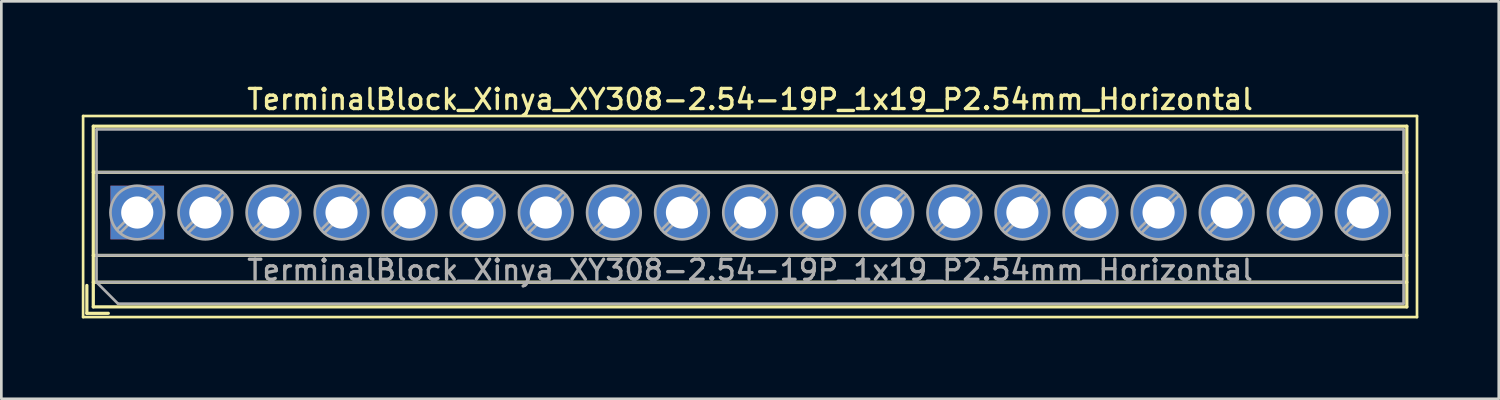
<source format=kicad_pcb>
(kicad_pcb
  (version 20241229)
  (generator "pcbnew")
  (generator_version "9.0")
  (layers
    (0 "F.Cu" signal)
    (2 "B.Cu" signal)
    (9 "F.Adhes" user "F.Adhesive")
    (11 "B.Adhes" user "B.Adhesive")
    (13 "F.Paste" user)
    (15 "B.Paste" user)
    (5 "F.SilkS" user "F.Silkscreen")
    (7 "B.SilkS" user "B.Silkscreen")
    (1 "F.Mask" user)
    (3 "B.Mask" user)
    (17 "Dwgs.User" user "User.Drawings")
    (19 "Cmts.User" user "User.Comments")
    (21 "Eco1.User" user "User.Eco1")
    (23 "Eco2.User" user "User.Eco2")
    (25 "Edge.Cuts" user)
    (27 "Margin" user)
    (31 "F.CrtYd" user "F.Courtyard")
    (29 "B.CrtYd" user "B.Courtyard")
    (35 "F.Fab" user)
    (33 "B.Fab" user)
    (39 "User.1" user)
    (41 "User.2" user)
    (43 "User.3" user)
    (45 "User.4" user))
  (footprint "TerminalBlock_Xinya_XY308-2.54-19P_1x19_P2.54mm_Horizontal"
    (layer "F.Cu")
    (at 2.07 4.878)
    (property "Reference" "TerminalBlock_Xinya_XY308-2.54-19P_1x19_P2.54mm_Horizontal" (at 22.86 -4.22 0) (layer "F.SilkS") (effects (font (size 0.75 0.75) (thickness 0.125))))
    (attr through_hole)
    (fp_line (start -2.02 -3.6) (end -2.02 3.9) (stroke (width 0.1) (type solid)) (layer "F.SilkS"))
    (fp_line (start -2.02 3.9) (end 47.74 3.9) (stroke (width 0.1) (type solid)) (layer "F.SilkS"))
    (fp_line (start -1.88 2.72) (end -1.88 3.76) (stroke (width 0.12) (type solid)) (layer "F.SilkS"))
    (fp_line (start -1.88 3.76) (end -1.08 3.76) (stroke (width 0.12) (type solid)) (layer "F.SilkS"))
    (fp_line (start -1.64 -3.22) (end -1.64 3.52) (stroke (width 0.12) (type solid)) (layer "F.SilkS"))
    (fp_line (start -1.64 -3.22) (end 47.36 -3.22) (stroke (width 0.12) (type solid)) (layer "F.SilkS"))
    (fp_line (start -1.64 -1.501) (end 47.36 -1.501) (stroke (width 0.12) (type solid)) (layer "F.SilkS"))
    (fp_line (start -1.64 1.6) (end 47.36 1.6) (stroke (width 0.12) (type solid)) (layer "F.SilkS"))
    (fp_line (start -1.64 2.6) (end 47.36 2.6) (stroke (width 0.12) (type solid)) (layer "F.SilkS"))
    (fp_line (start -1.64 3.52) (end 47.36 3.52) (stroke (width 0.12) (type solid)) (layer "F.SilkS"))
    (fp_line (start 47.36 -3.22) (end 47.36 3.52) (stroke (width 0.12) (type solid)) (layer "F.SilkS"))
    (fp_line (start 47.74 -3.6) (end -2.02 -3.6) (stroke (width 0.1) (type solid)) (layer "F.SilkS"))
    (fp_line (start 47.74 3.9) (end 47.74 -3.6) (stroke (width 0.1) (type solid)) (layer "F.SilkS"))
    (fp_line (start -1.52 -3.1) (end 47.24 -3.1) (stroke (width 0.1) (type solid)) (layer "F.Fab"))
    (fp_line (start -1.52 -1.5) (end 47.24 -1.5) (stroke (width 0.1) (type solid)) (layer "F.Fab"))
    (fp_line (start -1.52 1.6) (end 47.24 1.6) (stroke (width 0.1) (type solid)) (layer "F.Fab"))
    (fp_line (start -1.52 2.6) (end -1.52 -3.1) (stroke (width 0.1) (type solid)) (layer "F.Fab"))
    (fp_line (start -1.52 2.6) (end 47.24 2.6) (stroke (width 0.1) (type solid)) (layer "F.Fab"))
    (fp_line (start -0.72 3.4) (end -1.52 2.6) (stroke (width 0.1) (type solid)) (layer "F.Fab"))
    (fp_line (start 0.637 -0.759) (end -0.759 0.637) (stroke (width 0.1) (type solid)) (layer "F.Fab"))
    (fp_line (start 0.759 -0.637) (end -0.637 0.759) (stroke (width 0.1) (type solid)) (layer "F.Fab"))
    (fp_line (start 3.177 -0.759) (end 1.782 0.637) (stroke (width 0.1) (type solid)) (layer "F.Fab"))
    (fp_line (start 3.299 -0.637) (end 1.904 0.759) (stroke (width 0.1) (type solid)) (layer "F.Fab"))
    (fp_line (start 5.717 -0.759) (end 4.322 0.637) (stroke (width 0.1) (type solid)) (layer "F.Fab"))
    (fp_line (start 5.839 -0.637) (end 4.444 0.759) (stroke (width 0.1) (type solid)) (layer "F.Fab"))
    (fp_line (start 8.257 -0.759) (end 6.862 0.637) (stroke (width 0.1) (type solid)) (layer "F.Fab"))
    (fp_line (start 8.379 -0.637) (end 6.984 0.759) (stroke (width 0.1) (type solid)) (layer "F.Fab"))
    (fp_line (start 10.797 -0.759) (end 9.402 0.637) (stroke (width 0.1) (type solid)) (layer "F.Fab"))
    (fp_line (start 10.919 -0.637) (end 9.524 0.759) (stroke (width 0.1) (type solid)) (layer "F.Fab"))
    (fp_line (start 13.337 -0.759) (end 11.942 0.637) (stroke (width 0.1) (type solid)) (layer "F.Fab"))
    (fp_line (start 13.459 -0.637) (end 12.064 0.759) (stroke (width 0.1) (type solid)) (layer "F.Fab"))
    (fp_line (start 15.877 -0.759) (end 14.482 0.637) (stroke (width 0.1) (type solid)) (layer "F.Fab"))
    (fp_line (start 15.999 -0.637) (end 14.604 0.759) (stroke (width 0.1) (type solid)) (layer "F.Fab"))
    (fp_line (start 18.417 -0.759) (end 17.022 0.637) (stroke (width 0.1) (type solid)) (layer "F.Fab"))
    (fp_line (start 18.539 -0.637) (end 17.144 0.759) (stroke (width 0.1) (type solid)) (layer "F.Fab"))
    (fp_line (start 20.957 -0.759) (end 19.562 0.637) (stroke (width 0.1) (type solid)) (layer "F.Fab"))
    (fp_line (start 21.079 -0.637) (end 19.684 0.759) (stroke (width 0.1) (type solid)) (layer "F.Fab"))
    (fp_line (start 23.497 -0.759) (end 22.102 0.637) (stroke (width 0.1) (type solid)) (layer "F.Fab"))
    (fp_line (start 23.619 -0.637) (end 22.224 0.759) (stroke (width 0.1) (type solid)) (layer "F.Fab"))
    (fp_line (start 26.037 -0.759) (end 24.642 0.637) (stroke (width 0.1) (type solid)) (layer "F.Fab"))
    (fp_line (start 26.159 -0.637) (end 24.764 0.759) (stroke (width 0.1) (type solid)) (layer "F.Fab"))
    (fp_line (start 28.577 -0.759) (end 27.182 0.637) (stroke (width 0.1) (type solid)) (layer "F.Fab"))
    (fp_line (start 28.699 -0.637) (end 27.304 0.759) (stroke (width 0.1) (type solid)) (layer "F.Fab"))
    (fp_line (start 31.117 -0.759) (end 29.722 0.637) (stroke (width 0.1) (type solid)) (layer "F.Fab"))
    (fp_line (start 31.239 -0.637) (end 29.844 0.759) (stroke (width 0.1) (type solid)) (layer "F.Fab"))
    (fp_line (start 33.657 -0.759) (end 32.262 0.637) (stroke (width 0.1) (type solid)) (layer "F.Fab"))
    (fp_line (start 33.779 -0.637) (end 32.384 0.759) (stroke (width 0.1) (type solid)) (layer "F.Fab"))
    (fp_line (start 36.197 -0.759) (end 34.802 0.637) (stroke (width 0.1) (type solid)) (layer "F.Fab"))
    (fp_line (start 36.319 -0.637) (end 34.924 0.759) (stroke (width 0.1) (type solid)) (layer "F.Fab"))
    (fp_line (start 38.737 -0.759) (end 37.342 0.637) (stroke (width 0.1) (type solid)) (layer "F.Fab"))
    (fp_line (start 38.859 -0.637) (end 37.464 0.759) (stroke (width 0.1) (type solid)) (layer "F.Fab"))
    (fp_line (start 41.277 -0.759) (end 39.882 0.637) (stroke (width 0.1) (type solid)) (layer "F.Fab"))
    (fp_line (start 41.399 -0.637) (end 40.004 0.759) (stroke (width 0.1) (type solid)) (layer "F.Fab"))
    (fp_line (start 43.817 -0.759) (end 42.422 0.637) (stroke (width 0.1) (type solid)) (layer "F.Fab"))
    (fp_line (start 43.939 -0.637) (end 42.544 0.759) (stroke (width 0.1) (type solid)) (layer "F.Fab"))
    (fp_line (start 46.357 -0.759) (end 44.962 0.637) (stroke (width 0.1) (type solid)) (layer "F.Fab"))
    (fp_line (start 46.479 -0.637) (end 45.084 0.759) (stroke (width 0.1) (type solid)) (layer "F.Fab"))
    (fp_line (start 47.24 -3.1) (end 47.24 3.4) (stroke (width 0.1) (type solid)) (layer "F.Fab"))
    (fp_line (start 47.24 3.4) (end -0.72 3.4) (stroke (width 0.1) (type solid)) (layer "F.Fab"))
    (fp_circle (center 0 0) (end 1 0) (stroke (width 0.1) (type solid)) (fill no) (layer "F.Fab"))
    (fp_circle (center 2.54 0) (end 3.54 0) (stroke (width 0.1) (type solid)) (fill no) (layer "F.Fab"))
    (fp_circle (center 5.08 0) (end 6.08 0) (stroke (width 0.1) (type solid)) (fill no) (layer "F.Fab"))
    (fp_circle (center 7.62 0) (end 8.62 0) (stroke (width 0.1) (type solid)) (fill no) (layer "F.Fab"))
    (fp_circle (center 10.16 0) (end 11.16 0) (stroke (width 0.1) (type solid)) (fill no) (layer "F.Fab"))
    (fp_circle (center 12.7 0) (end 13.7 0) (stroke (width 0.1) (type solid)) (fill no) (layer "F.Fab"))
    (fp_circle (center 15.24 0) (end 16.24 0) (stroke (width 0.1) (type solid)) (fill no) (layer "F.Fab"))
    (fp_circle (center 17.78 0) (end 18.78 0) (stroke (width 0.1) (type solid)) (fill no) (layer "F.Fab"))
    (fp_circle (center 20.32 0) (end 21.32 0) (stroke (width 0.1) (type solid)) (fill no) (layer "F.Fab"))
    (fp_circle (center 22.86 0) (end 23.86 0) (stroke (width 0.1) (type solid)) (fill no) (layer "F.Fab"))
    (fp_circle (center 25.4 0) (end 26.4 0) (stroke (width 0.1) (type solid)) (fill no) (layer "F.Fab"))
    (fp_circle (center 27.94 0) (end 28.94 0) (stroke (width 0.1) (type solid)) (fill no) (layer "F.Fab"))
    (fp_circle (center 30.48 0) (end 31.48 0) (stroke (width 0.1) (type solid)) (fill no) (layer "F.Fab"))
    (fp_circle (center 33.02 0) (end 34.02 0) (stroke (width 0.1) (type solid)) (fill no) (layer "F.Fab"))
    (fp_circle (center 35.56 0) (end 36.56 0) (stroke (width 0.1) (type solid)) (fill no) (layer "F.Fab"))
    (fp_circle (center 38.1 0) (end 39.1 0) (stroke (width 0.1) (type solid)) (fill no) (layer "F.Fab"))
    (fp_circle (center 40.64 0) (end 41.64 0) (stroke (width 0.1) (type solid)) (fill no) (layer "F.Fab"))
    (fp_circle (center 43.18 0) (end 44.18 0) (stroke (width 0.1) (type solid)) (fill no) (layer "F.Fab"))
    (fp_circle (center 45.72 0) (end 46.72 0) (stroke (width 0.1) (type solid)) (fill no) (layer "F.Fab"))
    (fp_text user "${REFERENCE}" (at 22.86 2.15 0) (layer "F.Fab") (effects (font (size 0.75 0.75) (thickness 0.125))))
    (pad "1" thru_hole rect (at 0 0) (size 2 2) (drill 1.2) (layers "*.Cu" "*.Mask"))
    (pad "2" thru_hole circle (at 2.54 0) (size 2 2) (drill 1.2) (layers "*.Cu" "*.Mask"))
    (pad "3" thru_hole circle (at 5.08 0) (size 2 2) (drill 1.2) (layers "*.Cu" "*.Mask"))
    (pad "4" thru_hole circle (at 7.62 0) (size 2 2) (drill 1.2) (layers "*.Cu" "*.Mask"))
    (pad "5" thru_hole circle (at 10.16 0) (size 2 2) (drill 1.2) (layers "*.Cu" "*.Mask"))
    (pad "6" thru_hole circle (at 12.7 0) (size 2 2) (drill 1.2) (layers "*.Cu" "*.Mask"))
    (pad "7" thru_hole circle (at 15.24 0) (size 2 2) (drill 1.2) (layers "*.Cu" "*.Mask"))
    (pad "8" thru_hole circle (at 17.78 0) (size 2 2) (drill 1.2) (layers "*.Cu" "*.Mask"))
    (pad "9" thru_hole circle (at 20.32 0) (size 2 2) (drill 1.2) (layers "*.Cu" "*.Mask"))
    (pad "10" thru_hole circle (at 22.86 0) (size 2 2) (drill 1.2) (layers "*.Cu" "*.Mask"))
    (pad "11" thru_hole circle (at 25.4 0) (size 2 2) (drill 1.2) (layers "*.Cu" "*.Mask"))
    (pad "12" thru_hole circle (at 27.94 0) (size 2 2) (drill 1.2) (layers "*.Cu" "*.Mask"))
    (pad "13" thru_hole circle (at 30.48 0) (size 2 2) (drill 1.2) (layers "*.Cu" "*.Mask"))
    (pad "14" thru_hole circle (at 33.02 0) (size 2 2) (drill 1.2) (layers "*.Cu" "*.Mask"))
    (pad "15" thru_hole circle (at 35.56 0) (size 2 2) (drill 1.2) (layers "*.Cu" "*.Mask"))
    (pad "16" thru_hole circle (at 38.1 0) (size 2 2) (drill 1.2) (layers "*.Cu" "*.Mask"))
    (pad "17" thru_hole circle (at 40.64 0) (size 2 2) (drill 1.2) (layers "*.Cu" "*.Mask"))
    (pad "18" thru_hole circle (at 43.18 0) (size 2 2) (drill 1.2) (layers "*.Cu" "*.Mask"))
    (pad "19" thru_hole circle (at 45.72 0) (size 2 2) (drill 1.2) (layers "*.Cu" "*.Mask")))
  (gr_rect
    (start -3 -3)
    (end 52.86 11.828)
    (stroke (width 0.1) (type default))
    (fill no)
    (layer "Edge.Cuts")))
</source>
